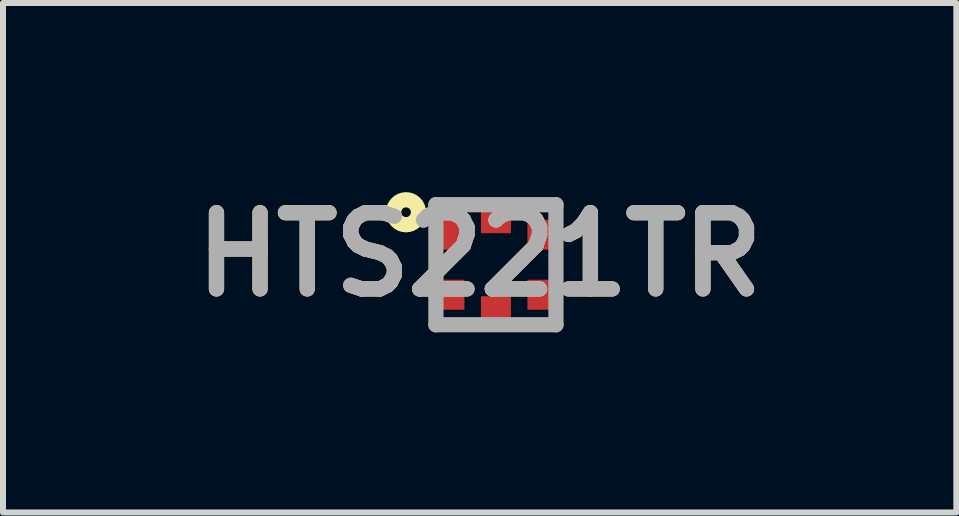
<source format=kicad_pcb>
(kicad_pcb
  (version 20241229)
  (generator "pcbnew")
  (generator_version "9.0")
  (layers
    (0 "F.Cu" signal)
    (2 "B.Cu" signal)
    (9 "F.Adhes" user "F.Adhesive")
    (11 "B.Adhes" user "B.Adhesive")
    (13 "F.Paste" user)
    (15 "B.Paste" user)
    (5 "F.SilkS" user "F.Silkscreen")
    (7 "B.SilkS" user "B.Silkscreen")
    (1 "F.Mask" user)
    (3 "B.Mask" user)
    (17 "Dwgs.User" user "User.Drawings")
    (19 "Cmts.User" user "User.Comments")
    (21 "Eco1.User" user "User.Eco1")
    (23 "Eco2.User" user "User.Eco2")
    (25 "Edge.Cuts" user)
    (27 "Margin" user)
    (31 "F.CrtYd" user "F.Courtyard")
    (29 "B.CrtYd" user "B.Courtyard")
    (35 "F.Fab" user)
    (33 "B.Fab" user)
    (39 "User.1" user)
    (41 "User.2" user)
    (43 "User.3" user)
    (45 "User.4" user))
  (footprint "HTS221TR"
    (layer "F.Cu")
    (at 5.212 1.36)
    (property "Reference" "HTS221TR" (at -0.271 -0.171 0) (layer "F.SilkS") (effects (font (size 1.27 1.27) (thickness 0.254))))
    (attr smd)
    (fp_circle (center -1.498 -0.874) (end -1.498 -0.793) (stroke (width 0.254) (type solid)) (fill no) (layer "F.SilkS"))
    (fp_line (start -1 -1) (end 1 -1) (stroke (width 0.254) (type solid)) (layer "F.Fab"))
    (fp_line (start -1 1) (end -1 -1) (stroke (width 0.254) (type solid)) (layer "F.Fab"))
    (fp_line (start 1 -1) (end 1 1) (stroke (width 0.254) (type solid)) (layer "F.Fab"))
    (fp_line (start 1 1) (end -1 1) (stroke (width 0.254) (type solid)) (layer "F.Fab"))
    (fp_text user "${REFERENCE}" (at -0.271 -0.171 0) (layer "F.Fab") (effects (font (size 1.27 1.27) (thickness 0.254))))
    (pad "1" smd rect (at -0.75 -0.5) (size 0.45 0.5) (layers "F.Cu" "F.Mask" "F.Paste"))
    (pad "2" smd rect (at -0.75 0.5) (size 0.45 0.5) (layers "F.Cu" "F.Mask" "F.Paste"))
    (pad "3" smd rect (at 0 0.75 90) (size 0.45 0.5) (layers "F.Cu" "F.Mask" "F.Paste"))
    (pad "4" smd rect (at 0.75 0.5) (size 0.45 0.5) (layers "F.Cu" "F.Mask" "F.Paste"))
    (pad "5" smd rect (at 0.75 -0.5) (size 0.45 0.5) (layers "F.Cu" "F.Mask" "F.Paste"))
    (pad "6" smd rect (at 0 -0.75 90) (size 0.45 0.5) (layers "F.Cu" "F.Mask" "F.Paste")))
  (gr_rect
    (start -3 -3)
    (end 12.882 5.487)
    (stroke (width 0.1) (type default))
    (fill no)
    (layer "Edge.Cuts")))
</source>
